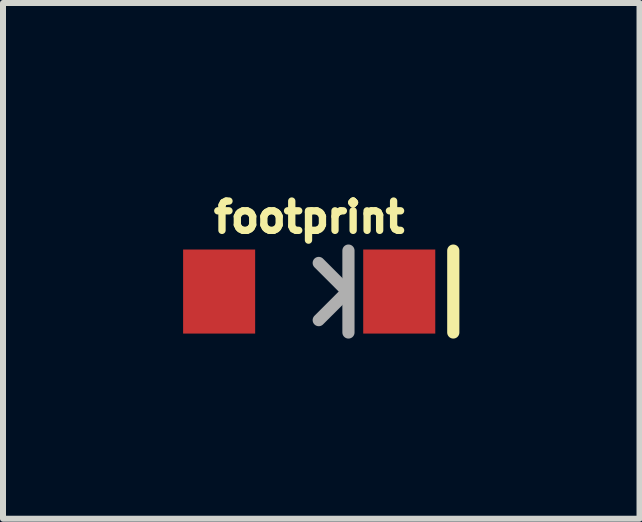
<source format=kicad_pcb>
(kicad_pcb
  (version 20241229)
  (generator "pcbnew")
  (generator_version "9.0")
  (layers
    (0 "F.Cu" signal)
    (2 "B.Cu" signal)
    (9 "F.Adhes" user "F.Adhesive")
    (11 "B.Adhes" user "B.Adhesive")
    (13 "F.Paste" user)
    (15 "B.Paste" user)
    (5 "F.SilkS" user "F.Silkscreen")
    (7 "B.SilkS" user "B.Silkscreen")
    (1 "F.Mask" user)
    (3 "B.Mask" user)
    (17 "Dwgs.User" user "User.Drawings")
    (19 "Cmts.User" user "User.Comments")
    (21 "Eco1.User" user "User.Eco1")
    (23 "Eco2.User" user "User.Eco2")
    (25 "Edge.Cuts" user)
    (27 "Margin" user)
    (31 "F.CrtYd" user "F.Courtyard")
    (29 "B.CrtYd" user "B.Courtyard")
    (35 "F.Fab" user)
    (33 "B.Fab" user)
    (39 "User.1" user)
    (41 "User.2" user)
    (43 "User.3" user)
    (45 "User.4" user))
  (footprint "footprint"
    (layer "F.Cu")
    (at 2.1 1.806)
    (property "Reference" "footprint" (at 0 -0.953 0) (layer "F.SilkS") (effects (font (size 0.488 0.488) (thickness 0.122)) (justify bottom)))
    (fp_line (start 2.4 -0.682) (end 2.4 0.682) (stroke (width 0.203) (type solid)) (layer "F.SilkS"))
    (fp_line (start 0.635 0) (end 0.159 -0.476) (stroke (width 0.203) (type solid)) (layer "F.Fab"))
    (fp_line (start 0.635 0) (end 0.159 0.476) (stroke (width 0.203) (type solid)) (layer "F.Fab"))
    (fp_line (start 0.654 -0.682) (end 0.654 0.682) (stroke (width 0.203) (type solid)) (layer "F.Fab"))
    (pad "A" smd rect (at -1.5 0) (size 1.2 1.4) (layers "F.Cu" "F.Mask" "F.Paste"))
    (pad "C" smd rect (at 1.5 0) (size 1.2 1.4) (layers "F.Cu" "F.Mask" "F.Paste")))
  (gr_rect
    (start -3 -3)
    (end 7.602 5.59)
    (stroke (width 0.1) (type default))
    (fill no)
    (layer "Edge.Cuts")))
</source>
